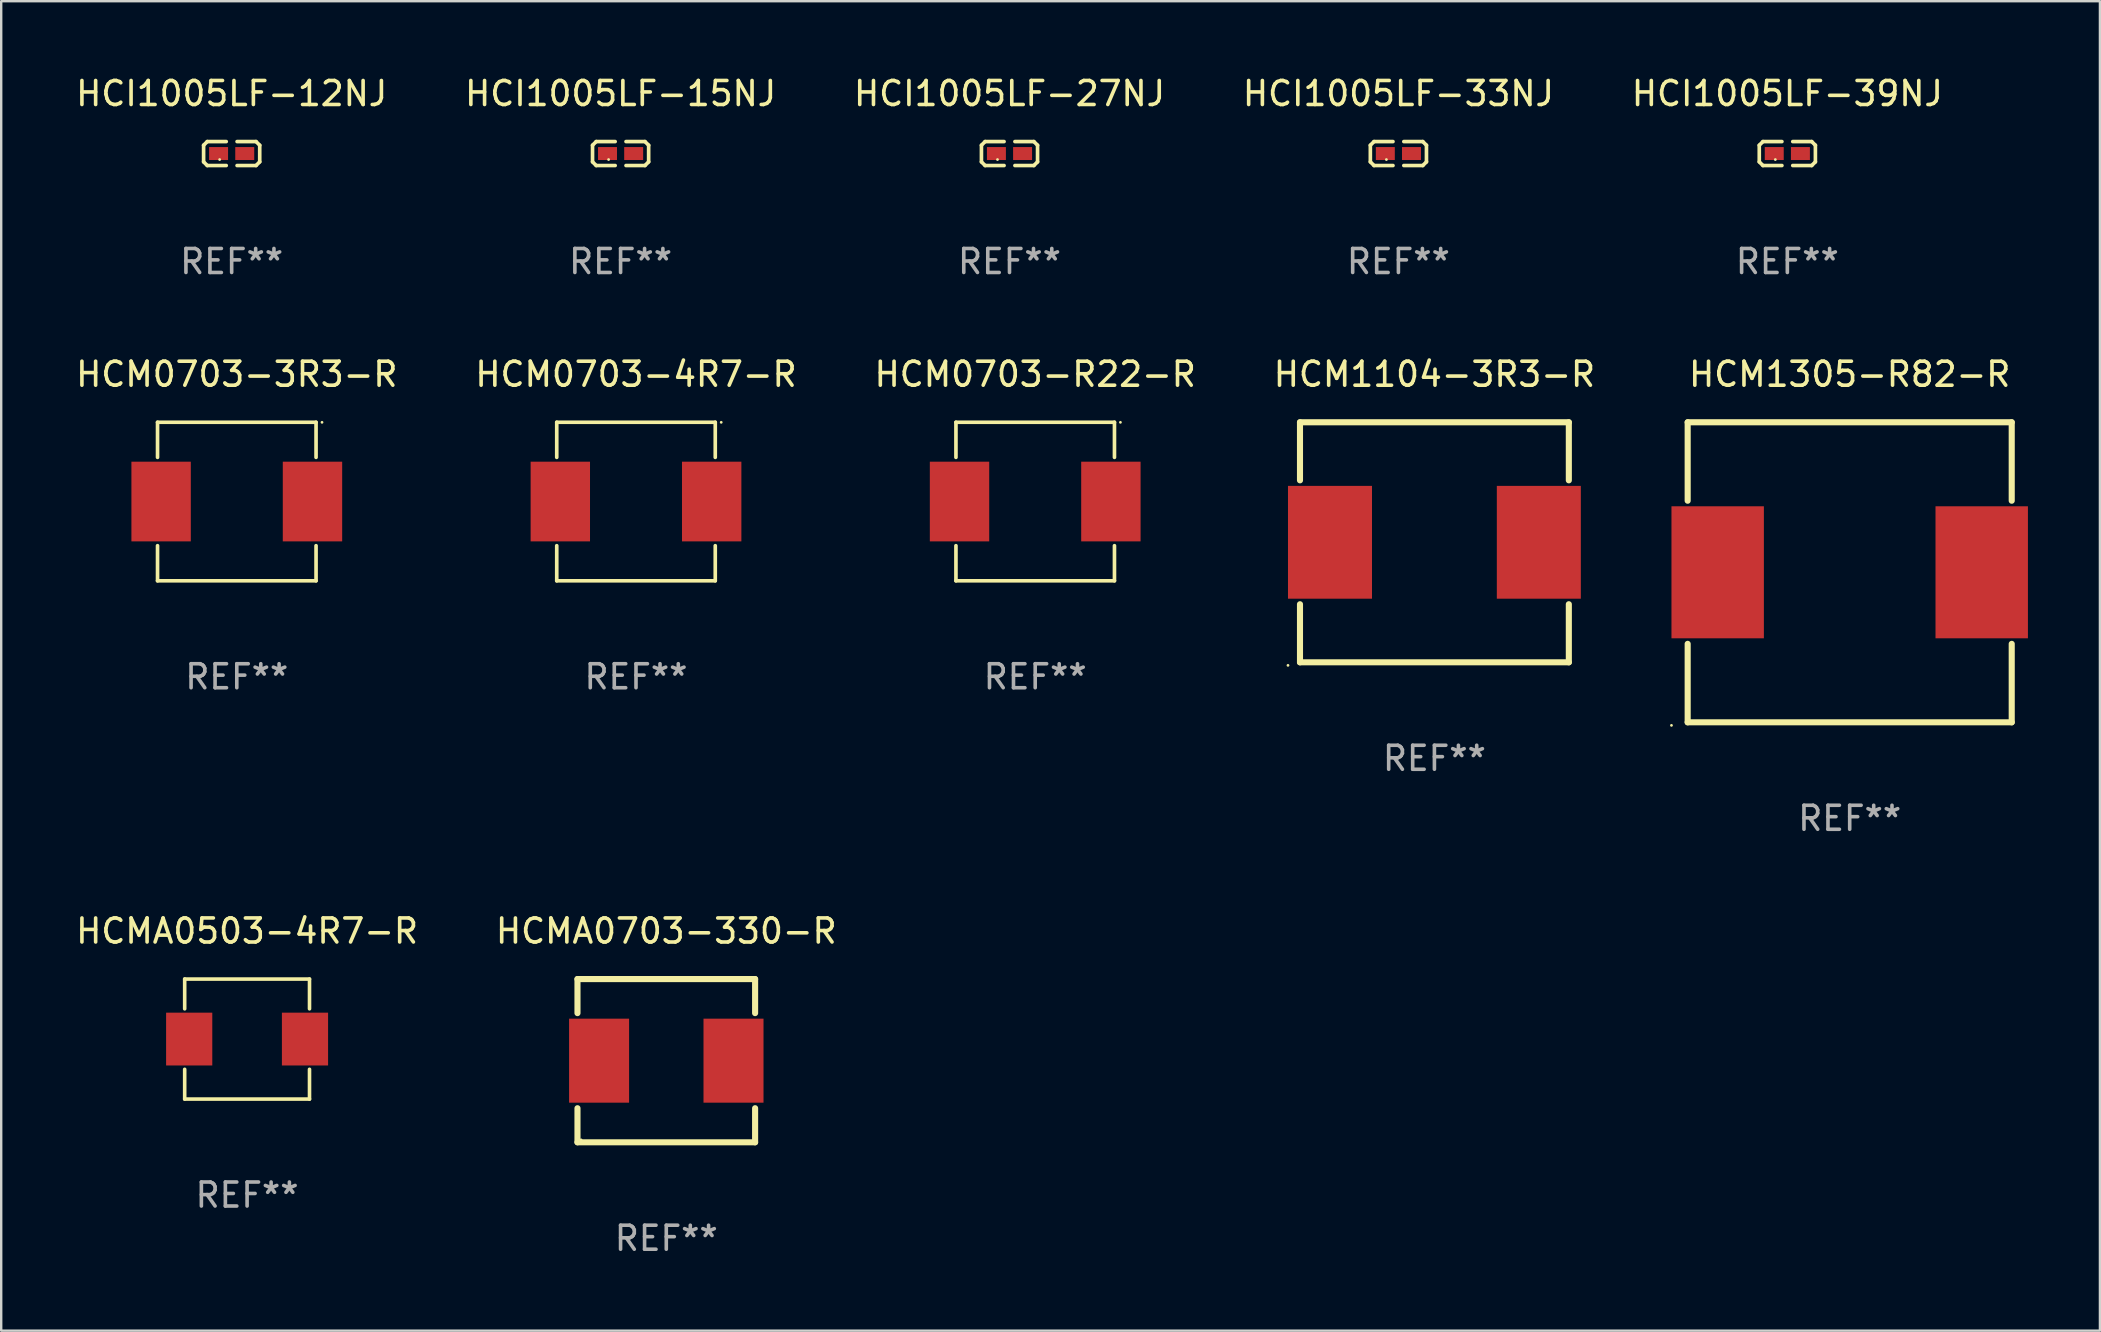
<source format=kicad_pcb>
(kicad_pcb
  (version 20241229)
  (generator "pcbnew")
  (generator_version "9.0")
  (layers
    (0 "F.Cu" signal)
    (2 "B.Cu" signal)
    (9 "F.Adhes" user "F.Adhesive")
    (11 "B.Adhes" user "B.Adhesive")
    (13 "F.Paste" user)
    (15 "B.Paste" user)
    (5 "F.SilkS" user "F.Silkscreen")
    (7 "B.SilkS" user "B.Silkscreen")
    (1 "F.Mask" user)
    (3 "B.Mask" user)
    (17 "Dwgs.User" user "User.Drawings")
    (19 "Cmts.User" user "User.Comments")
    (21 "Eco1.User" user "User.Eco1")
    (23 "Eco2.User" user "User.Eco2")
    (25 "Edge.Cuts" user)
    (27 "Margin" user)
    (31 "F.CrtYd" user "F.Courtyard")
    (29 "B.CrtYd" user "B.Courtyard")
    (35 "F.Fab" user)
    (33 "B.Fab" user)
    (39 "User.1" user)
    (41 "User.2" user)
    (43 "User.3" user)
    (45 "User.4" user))
  (footprint "HCM0703-4R7-R"
    (layer "F.Cu")
    (at 23.446 17.844)
    (property "Reference" "HCM0703-4R7-R" (at 0 -5.302 0) (layer "F.SilkS") (effects (font (size 1 1) (thickness 0.15))))
    (attr through_hole)
    (fp_line (start -3.302 -3.302) (end -3.302 -1.84) (stroke (width 0.152) (type solid)) (layer "F.SilkS"))
    (fp_line (start -3.302 1.84) (end -3.302 3.302) (stroke (width 0.152) (type solid)) (layer "F.SilkS"))
    (fp_line (start -3.302 3.302) (end 3.302 3.302) (stroke (width 0.152) (type solid)) (layer "F.SilkS"))
    (fp_line (start 3.302 -3.302) (end -3.302 -3.302) (stroke (width 0.152) (type solid)) (layer "F.SilkS"))
    (fp_line (start 3.302 -1.84) (end 3.302 -3.302) (stroke (width 0.152) (type solid)) (layer "F.SilkS"))
    (fp_line (start 3.302 3.302) (end 3.302 1.84) (stroke (width 0.152) (type solid)) (layer "F.SilkS"))
    (fp_circle (center 3.55 -3.3) (end 3.58 -3.3) (stroke (width 0.06) (type solid)) (fill no) (layer "F.SilkS"))
    (fp_text user "REF**" (at 0 7.302 0) (layer "F.Fab") (effects (font (size 1 1) (thickness 0.15))))
    (pad "1" smd rect (at 3.153 0) (size 2.474 3.32) (layers "F.Cu" "F.Mask" "F.Paste"))
    (pad "2" smd rect (at -3.153 0) (size 2.474 3.32) (layers "F.Cu" "F.Mask" "F.Paste")))
  (footprint "HCI1005LF-27NJ"
    (layer "F.Cu")
    (at 39.006 3.347)
    (property "Reference" "HCI1005LF-27NJ" (at 0 -2.499 0) (layer "F.SilkS") (effects (font (size 1 1) (thickness 0.15))))
    (attr through_hole)
    (fp_line (start -1.169 -0.346) (end -1.016 -0.499) (stroke (width 0.152) (type solid)) (layer "F.SilkS"))
    (fp_line (start -1.169 0.346) (end -1.169 -0.346) (stroke (width 0.152) (type solid)) (layer "F.SilkS"))
    (fp_line (start -1.016 -0.499) (end -0.226 -0.499) (stroke (width 0.152) (type solid)) (layer "F.SilkS"))
    (fp_line (start -1.016 0.499) (end -1.169 0.346) (stroke (width 0.152) (type solid)) (layer "F.SilkS"))
    (fp_line (start -0.226 0.499) (end -1.016 0.499) (stroke (width 0.152) (type solid)) (layer "F.SilkS"))
    (fp_line (start 0.226 0.499) (end 1.016 0.499) (stroke (width 0.152) (type solid)) (layer "F.SilkS"))
    (fp_line (start 1.016 -0.499) (end 0.226 -0.499) (stroke (width 0.152) (type solid)) (layer "F.SilkS"))
    (fp_line (start 1.016 0.499) (end 1.169 0.346) (stroke (width 0.152) (type solid)) (layer "F.SilkS"))
    (fp_line (start 1.169 -0.346) (end 1.016 -0.499) (stroke (width 0.152) (type solid)) (layer "F.SilkS"))
    (fp_line (start 1.169 0.346) (end 1.169 -0.346) (stroke (width 0.152) (type solid)) (layer "F.SilkS"))
    (fp_circle (center -0.5 0.25) (end -0.47 0.25) (stroke (width 0.06) (type solid)) (fill no) (layer "F.SilkS"))
    (fp_text user "REF**" (at 0 4.499 0) (layer "F.Fab") (effects (font (size 1 1) (thickness 0.15))))
    (pad "1" smd rect (at -0.545 0) (size 0.79 0.54) (layers "F.Cu" "F.Mask" "F.Paste"))
    (pad "2" smd rect (at 0.545 0) (size 0.79 0.54) (layers "F.Cu" "F.Mask" "F.Paste")))
  (footprint "HCMA0503-4R7-R"
    (layer "F.Cu")
    (at 7.244 40.238)
    (property "Reference" "HCMA0503-4R7-R" (at 0 -4.5 0) (layer "F.SilkS") (effects (font (size 1 1) (thickness 0.15))))
    (attr through_hole)
    (fp_line (start -2.6 -2.5) (end 2.6 -2.5) (stroke (width 0.15) (type solid)) (layer "F.SilkS"))
    (fp_line (start -2.6 -1.26) (end -2.6 -2.5) (stroke (width 0.15) (type solid)) (layer "F.SilkS"))
    (fp_line (start -2.6 1.26) (end -2.6 2.5) (stroke (width 0.15) (type solid)) (layer "F.SilkS"))
    (fp_line (start -2.6 2.5) (end 2.6 2.5) (stroke (width 0.15) (type solid)) (layer "F.SilkS"))
    (fp_line (start 2.6 -2.5) (end 2.6 -1.26) (stroke (width 0.15) (type solid)) (layer "F.SilkS"))
    (fp_line (start 2.6 2.5) (end 2.6 1.26) (stroke (width 0.15) (type solid)) (layer "F.SilkS"))
    (fp_circle (center 2.6 2.5) (end 2.63 2.5) (stroke (width 0.06) (type solid)) (fill no) (layer "F.SilkS"))
    (fp_text user "REF**" (at 0 6.5 0) (layer "F.Fab") (effects (font (size 1 1) (thickness 0.15))))
    (pad "1" smd rect (at 2.412 0) (size 1.924 2.2) (layers "F.Cu" "F.Mask" "F.Paste"))
    (pad "2" smd rect (at -2.412 0) (size 1.924 2.2) (layers "F.Cu" "F.Mask" "F.Paste")))
  (footprint "HCMA0703-330-R"
    (layer "F.Cu")
    (at 24.708 41.138)
    (property "Reference" "HCMA0703-330-R" (at 0 -5.4 0) (layer "F.SilkS") (effects (font (size 1 1) (thickness 0.15))))
    (attr through_hole)
    (fp_line (start -3.7 -3.4) (end -3.7 -1.981) (stroke (width 0.254) (type solid)) (layer "F.SilkS"))
    (fp_line (start -3.7 -3.4) (end 3.7 -3.4) (stroke (width 0.254) (type solid)) (layer "F.SilkS"))
    (fp_line (start -3.7 1.981) (end -3.7 3.4) (stroke (width 0.254) (type solid)) (layer "F.SilkS"))
    (fp_line (start -3.7 3.4) (end 3.7 3.4) (stroke (width 0.254) (type solid)) (layer "F.SilkS"))
    (fp_line (start 3.7 -3.4) (end 3.7 -1.981) (stroke (width 0.254) (type solid)) (layer "F.SilkS"))
    (fp_line (start 3.7 1.981) (end 3.7 3.4) (stroke (width 0.254) (type solid)) (layer "F.SilkS"))
    (fp_circle (center -3.55 3.3) (end -3.52 3.3) (stroke (width 0.06) (type solid)) (fill no) (layer "F.SilkS"))
    (fp_text user "REF**" (at 0 7.4 0) (layer "F.Fab") (effects (font (size 1 1) (thickness 0.15))))
    (pad "1" smd rect (at -2.8 0.000013 90) (size 3.5 2.5) (layers "F.Cu" "F.Mask" "F.Paste"))
    (pad "2" smd rect (at 2.8 0.000013 90) (size 3.5 2.5) (layers "F.Cu" "F.Mask" "F.Paste")))
  (footprint "HCI1005LF-12NJ"
    (layer "F.Cu")
    (at 6.601 3.347)
    (property "Reference" "HCI1005LF-12NJ" (at 0 -2.499 0) (layer "F.SilkS") (effects (font (size 1 1) (thickness 0.15))))
    (attr through_hole)
    (fp_line (start -1.169 -0.346) (end -1.016 -0.499) (stroke (width 0.152) (type solid)) (layer "F.SilkS"))
    (fp_line (start -1.169 0.346) (end -1.169 -0.346) (stroke (width 0.152) (type solid)) (layer "F.SilkS"))
    (fp_line (start -1.016 -0.499) (end -0.226 -0.499) (stroke (width 0.152) (type solid)) (layer "F.SilkS"))
    (fp_line (start -1.016 0.499) (end -1.169 0.346) (stroke (width 0.152) (type solid)) (layer "F.SilkS"))
    (fp_line (start -0.226 0.499) (end -1.016 0.499) (stroke (width 0.152) (type solid)) (layer "F.SilkS"))
    (fp_line (start 0.226 0.499) (end 1.016 0.499) (stroke (width 0.152) (type solid)) (layer "F.SilkS"))
    (fp_line (start 1.016 -0.499) (end 0.226 -0.499) (stroke (width 0.152) (type solid)) (layer "F.SilkS"))
    (fp_line (start 1.016 0.499) (end 1.169 0.346) (stroke (width 0.152) (type solid)) (layer "F.SilkS"))
    (fp_line (start 1.169 -0.346) (end 1.016 -0.499) (stroke (width 0.152) (type solid)) (layer "F.SilkS"))
    (fp_line (start 1.169 0.346) (end 1.169 -0.346) (stroke (width 0.152) (type solid)) (layer "F.SilkS"))
    (fp_circle (center -0.5 0.25) (end -0.47 0.25) (stroke (width 0.06) (type solid)) (fill no) (layer "F.SilkS"))
    (fp_text user "REF**" (at 0 4.499 0) (layer "F.Fab") (effects (font (size 1 1) (thickness 0.15))))
    (pad "1" smd rect (at -0.545 0) (size 0.79 0.54) (layers "F.Cu" "F.Mask" "F.Paste"))
    (pad "2" smd rect (at 0.545 0) (size 0.79 0.54) (layers "F.Cu" "F.Mask" "F.Paste")))
  (footprint "HCM0703-R22-R"
    (layer "F.Cu")
    (at 40.077 17.844)
    (property "Reference" "HCM0703-R22-R" (at 0 -5.302 0) (layer "F.SilkS") (effects (font (size 1 1) (thickness 0.15))))
    (attr through_hole)
    (fp_line (start -3.302 -3.302) (end -3.302 -1.84) (stroke (width 0.152) (type solid)) (layer "F.SilkS"))
    (fp_line (start -3.302 1.84) (end -3.302 3.302) (stroke (width 0.152) (type solid)) (layer "F.SilkS"))
    (fp_line (start -3.302 3.302) (end 3.302 3.302) (stroke (width 0.152) (type solid)) (layer "F.SilkS"))
    (fp_line (start 3.302 -3.302) (end -3.302 -3.302) (stroke (width 0.152) (type solid)) (layer "F.SilkS"))
    (fp_line (start 3.302 -1.84) (end 3.302 -3.302) (stroke (width 0.152) (type solid)) (layer "F.SilkS"))
    (fp_line (start 3.302 3.302) (end 3.302 1.84) (stroke (width 0.152) (type solid)) (layer "F.SilkS"))
    (fp_circle (center 3.55 -3.3) (end 3.58 -3.3) (stroke (width 0.06) (type solid)) (fill no) (layer "F.SilkS"))
    (fp_text user "REF**" (at 0 7.302 0) (layer "F.Fab") (effects (font (size 1 1) (thickness 0.15))))
    (pad "1" smd rect (at 3.153 0) (size 2.474 3.32) (layers "F.Cu" "F.Mask" "F.Paste"))
    (pad "2" smd rect (at -3.153 0) (size 2.474 3.32) (layers "F.Cu" "F.Mask" "F.Paste")))
  (footprint "HCI1005LF-33NJ"
    (layer "F.Cu")
    (at 55.208 3.347)
    (property "Reference" "HCI1005LF-33NJ" (at 0 -2.499 0) (layer "F.SilkS") (effects (font (size 1 1) (thickness 0.15))))
    (attr through_hole)
    (fp_line (start -1.169 -0.346) (end -1.016 -0.499) (stroke (width 0.152) (type solid)) (layer "F.SilkS"))
    (fp_line (start -1.169 0.346) (end -1.169 -0.346) (stroke (width 0.152) (type solid)) (layer "F.SilkS"))
    (fp_line (start -1.016 -0.499) (end -0.226 -0.499) (stroke (width 0.152) (type solid)) (layer "F.SilkS"))
    (fp_line (start -1.016 0.499) (end -1.169 0.346) (stroke (width 0.152) (type solid)) (layer "F.SilkS"))
    (fp_line (start -0.226 0.499) (end -1.016 0.499) (stroke (width 0.152) (type solid)) (layer "F.SilkS"))
    (fp_line (start 0.226 0.499) (end 1.016 0.499) (stroke (width 0.152) (type solid)) (layer "F.SilkS"))
    (fp_line (start 1.016 -0.499) (end 0.226 -0.499) (stroke (width 0.152) (type solid)) (layer "F.SilkS"))
    (fp_line (start 1.016 0.499) (end 1.169 0.346) (stroke (width 0.152) (type solid)) (layer "F.SilkS"))
    (fp_line (start 1.169 -0.346) (end 1.016 -0.499) (stroke (width 0.152) (type solid)) (layer "F.SilkS"))
    (fp_line (start 1.169 0.346) (end 1.169 -0.346) (stroke (width 0.152) (type solid)) (layer "F.SilkS"))
    (fp_circle (center -0.5 0.25) (end -0.47 0.25) (stroke (width 0.06) (type solid)) (fill no) (layer "F.SilkS"))
    (fp_text user "REF**" (at 0 4.499 0) (layer "F.Fab") (effects (font (size 1 1) (thickness 0.15))))
    (pad "1" smd rect (at -0.545 0) (size 0.79 0.54) (layers "F.Cu" "F.Mask" "F.Paste"))
    (pad "2" smd rect (at 0.545 0) (size 0.79 0.54) (layers "F.Cu" "F.Mask" "F.Paste")))
  (footprint "HCM0703-3R3-R"
    (layer "F.Cu")
    (at 6.815 17.844)
    (property "Reference" "HCM0703-3R3-R" (at 0 -5.302 0) (layer "F.SilkS") (effects (font (size 1 1) (thickness 0.15))))
    (attr through_hole)
    (fp_line (start -3.302 -3.302) (end -3.302 -1.84) (stroke (width 0.152) (type solid)) (layer "F.SilkS"))
    (fp_line (start -3.302 1.84) (end -3.302 3.302) (stroke (width 0.152) (type solid)) (layer "F.SilkS"))
    (fp_line (start -3.302 3.302) (end 3.302 3.302) (stroke (width 0.152) (type solid)) (layer "F.SilkS"))
    (fp_line (start 3.302 -3.302) (end -3.302 -3.302) (stroke (width 0.152) (type solid)) (layer "F.SilkS"))
    (fp_line (start 3.302 -1.84) (end 3.302 -3.302) (stroke (width 0.152) (type solid)) (layer "F.SilkS"))
    (fp_line (start 3.302 3.302) (end 3.302 1.84) (stroke (width 0.152) (type solid)) (layer "F.SilkS"))
    (fp_circle (center 3.55 -3.3) (end 3.58 -3.3) (stroke (width 0.06) (type solid)) (fill no) (layer "F.SilkS"))
    (fp_text user "REF**" (at 0 7.302 0) (layer "F.Fab") (effects (font (size 1 1) (thickness 0.15))))
    (pad "1" smd rect (at 3.153 0) (size 2.474 3.32) (layers "F.Cu" "F.Mask" "F.Paste"))
    (pad "2" smd rect (at -3.153 0) (size 2.474 3.32) (layers "F.Cu" "F.Mask" "F.Paste")))
  (footprint "HCI1005LF-15NJ"
    (layer "F.Cu")
    (at 22.804 3.347)
    (property "Reference" "HCI1005LF-15NJ" (at 0 -2.499 0) (layer "F.SilkS") (effects (font (size 1 1) (thickness 0.15))))
    (attr through_hole)
    (fp_line (start -1.169 -0.346) (end -1.016 -0.499) (stroke (width 0.152) (type solid)) (layer "F.SilkS"))
    (fp_line (start -1.169 0.346) (end -1.169 -0.346) (stroke (width 0.152) (type solid)) (layer "F.SilkS"))
    (fp_line (start -1.016 -0.499) (end -0.226 -0.499) (stroke (width 0.152) (type solid)) (layer "F.SilkS"))
    (fp_line (start -1.016 0.499) (end -1.169 0.346) (stroke (width 0.152) (type solid)) (layer "F.SilkS"))
    (fp_line (start -0.226 0.499) (end -1.016 0.499) (stroke (width 0.152) (type solid)) (layer "F.SilkS"))
    (fp_line (start 0.226 0.499) (end 1.016 0.499) (stroke (width 0.152) (type solid)) (layer "F.SilkS"))
    (fp_line (start 1.016 -0.499) (end 0.226 -0.499) (stroke (width 0.152) (type solid)) (layer "F.SilkS"))
    (fp_line (start 1.016 0.499) (end 1.169 0.346) (stroke (width 0.152) (type solid)) (layer "F.SilkS"))
    (fp_line (start 1.169 -0.346) (end 1.016 -0.499) (stroke (width 0.152) (type solid)) (layer "F.SilkS"))
    (fp_line (start 1.169 0.346) (end 1.169 -0.346) (stroke (width 0.152) (type solid)) (layer "F.SilkS"))
    (fp_circle (center -0.5 0.25) (end -0.47 0.25) (stroke (width 0.06) (type solid)) (fill no) (layer "F.SilkS"))
    (fp_text user "REF**" (at 0 4.499 0) (layer "F.Fab") (effects (font (size 1 1) (thickness 0.15))))
    (pad "1" smd rect (at -0.545 0) (size 0.79 0.54) (layers "F.Cu" "F.Mask" "F.Paste"))
    (pad "2" smd rect (at 0.545 0) (size 0.79 0.54) (layers "F.Cu" "F.Mask" "F.Paste")))
  (footprint "HCI1005LF-39NJ"
    (layer "F.Cu")
    (at 71.411 3.347)
    (property "Reference" "HCI1005LF-39NJ" (at 0 -2.499 0) (layer "F.SilkS") (effects (font (size 1 1) (thickness 0.15))))
    (attr through_hole)
    (fp_line (start -1.169 -0.346) (end -1.016 -0.499) (stroke (width 0.152) (type solid)) (layer "F.SilkS"))
    (fp_line (start -1.169 0.346) (end -1.169 -0.346) (stroke (width 0.152) (type solid)) (layer "F.SilkS"))
    (fp_line (start -1.016 -0.499) (end -0.226 -0.499) (stroke (width 0.152) (type solid)) (layer "F.SilkS"))
    (fp_line (start -1.016 0.499) (end -1.169 0.346) (stroke (width 0.152) (type solid)) (layer "F.SilkS"))
    (fp_line (start -0.226 0.499) (end -1.016 0.499) (stroke (width 0.152) (type solid)) (layer "F.SilkS"))
    (fp_line (start 0.226 0.499) (end 1.016 0.499) (stroke (width 0.152) (type solid)) (layer "F.SilkS"))
    (fp_line (start 1.016 -0.499) (end 0.226 -0.499) (stroke (width 0.152) (type solid)) (layer "F.SilkS"))
    (fp_line (start 1.016 0.499) (end 1.169 0.346) (stroke (width 0.152) (type solid)) (layer "F.SilkS"))
    (fp_line (start 1.169 -0.346) (end 1.016 -0.499) (stroke (width 0.152) (type solid)) (layer "F.SilkS"))
    (fp_line (start 1.169 0.346) (end 1.169 -0.346) (stroke (width 0.152) (type solid)) (layer "F.SilkS"))
    (fp_circle (center -0.5 0.25) (end -0.47 0.25) (stroke (width 0.06) (type solid)) (fill no) (layer "F.SilkS"))
    (fp_text user "REF**" (at 0 4.499 0) (layer "F.Fab") (effects (font (size 1 1) (thickness 0.15))))
    (pad "1" smd rect (at -0.545 0) (size 0.79 0.54) (layers "F.Cu" "F.Mask" "F.Paste"))
    (pad "2" smd rect (at 0.545 0) (size 0.79 0.54) (layers "F.Cu" "F.Mask" "F.Paste")))
  (footprint "HCM1305-R82-R"
    (layer "F.Cu")
    (at 74.009 20.792)
    (property "Reference" "HCM1305-R82-R" (at 0 -8.25 0) (layer "F.SilkS") (effects (font (size 1 1) (thickness 0.15))))
    (attr through_hole)
    (fp_line (start -6.75 -6.25) (end 6.75 -6.25) (stroke (width 0.254) (type solid)) (layer "F.SilkS"))
    (fp_line (start -6.75 -2.981) (end -6.75 -6.25) (stroke (width 0.254) (type solid)) (layer "F.SilkS"))
    (fp_line (start -6.75 6.25) (end -6.75 2.981) (stroke (width 0.254) (type solid)) (layer "F.SilkS"))
    (fp_line (start -6.75 6.25) (end 6.75 6.25) (stroke (width 0.254) (type solid)) (layer "F.SilkS"))
    (fp_line (start 6.75 -6.25) (end 6.75 -2.981) (stroke (width 0.254) (type solid)) (layer "F.SilkS"))
    (fp_line (start 6.75 2.981) (end 6.75 6.25) (stroke (width 0.254) (type solid)) (layer "F.SilkS"))
    (fp_circle (center -7.425 6.377) (end -7.395 6.377) (stroke (width 0.06) (type solid)) (fill no) (layer "F.SilkS"))
    (fp_text user "REF**" (at 0 10.25 0) (layer "F.Fab") (effects (font (size 1 1) (thickness 0.15))))
    (pad "1" smd rect (at -5.5 0) (size 3.85 5.5) (layers "F.Cu" "F.Mask" "F.Paste"))
    (pad "2" smd rect (at 5.5 0) (size 3.85 5.5) (layers "F.Cu" "F.Mask" "F.Paste")))
  (footprint "HCM1104-3R3-R"
    (layer "F.Cu")
    (at 56.708 19.542)
    (property "Reference" "HCM1104-3R3-R" (at 0 -7 0) (layer "F.SilkS") (effects (font (size 1 1) (thickness 0.15))))
    (attr through_hole)
    (fp_line (start -5.6 -5) (end -5.6 -2.581) (stroke (width 0.254) (type solid)) (layer "F.SilkS"))
    (fp_line (start -5.6 -5) (end 5.6 -5) (stroke (width 0.254) (type solid)) (layer "F.SilkS"))
    (fp_line (start -5.6 2.581) (end -5.6 5) (stroke (width 0.254) (type solid)) (layer "F.SilkS"))
    (fp_line (start -5.6 5) (end 5.6 5) (stroke (width 0.254) (type solid)) (layer "F.SilkS"))
    (fp_line (start 5.6 -5) (end 5.6 -2.581) (stroke (width 0.254) (type solid)) (layer "F.SilkS"))
    (fp_line (start 5.6 2.581) (end 5.6 5) (stroke (width 0.254) (type solid)) (layer "F.SilkS"))
    (fp_circle (center -6.1 5.127) (end -6.07 5.127) (stroke (width 0.06) (type solid)) (fill no) (layer "F.SilkS"))
    (fp_text user "REF**" (at 0 9 0) (layer "F.Fab") (effects (font (size 1 1) (thickness 0.15))))
    (pad "1" smd rect (at -4.35 0 90) (size 4.7 3.5) (layers "F.Cu" "F.Mask" "F.Paste"))
    (pad "2" smd rect (at 4.35 0 90) (size 4.7 3.5) (layers "F.Cu" "F.Mask" "F.Paste")))
  (gr_rect
    (start -3 -3)
    (end 84.434 52.387)
    (stroke (width 0.1) (type default))
    (fill no)
    (layer "Edge.Cuts")))
</source>
